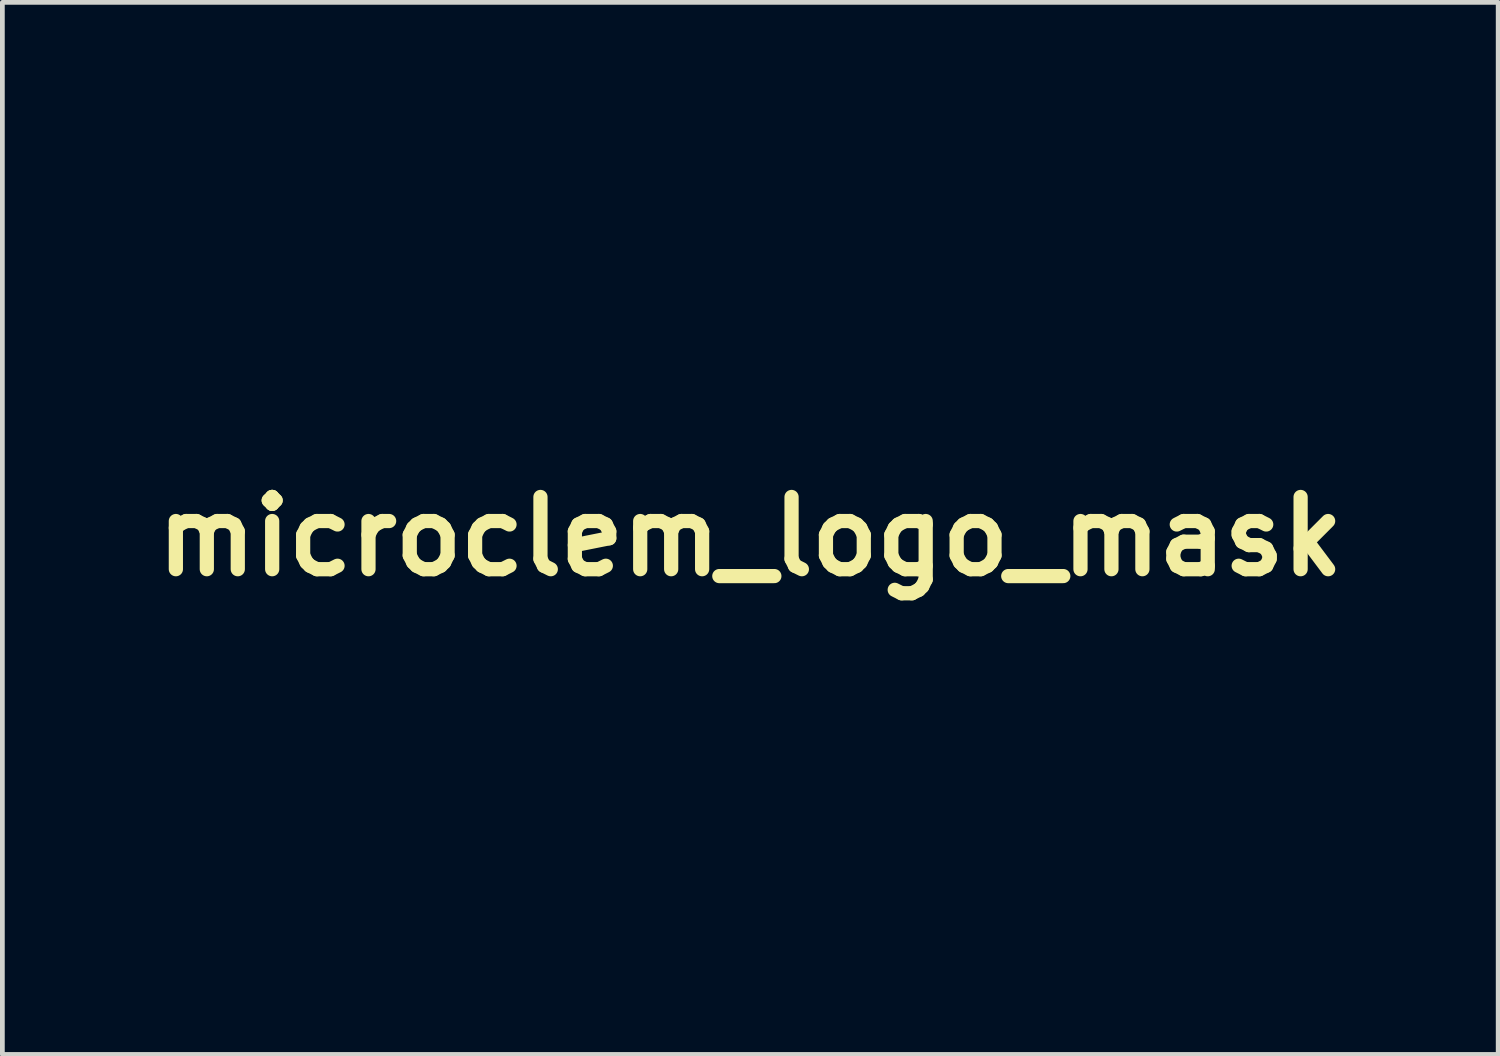
<source format=kicad_pcb>
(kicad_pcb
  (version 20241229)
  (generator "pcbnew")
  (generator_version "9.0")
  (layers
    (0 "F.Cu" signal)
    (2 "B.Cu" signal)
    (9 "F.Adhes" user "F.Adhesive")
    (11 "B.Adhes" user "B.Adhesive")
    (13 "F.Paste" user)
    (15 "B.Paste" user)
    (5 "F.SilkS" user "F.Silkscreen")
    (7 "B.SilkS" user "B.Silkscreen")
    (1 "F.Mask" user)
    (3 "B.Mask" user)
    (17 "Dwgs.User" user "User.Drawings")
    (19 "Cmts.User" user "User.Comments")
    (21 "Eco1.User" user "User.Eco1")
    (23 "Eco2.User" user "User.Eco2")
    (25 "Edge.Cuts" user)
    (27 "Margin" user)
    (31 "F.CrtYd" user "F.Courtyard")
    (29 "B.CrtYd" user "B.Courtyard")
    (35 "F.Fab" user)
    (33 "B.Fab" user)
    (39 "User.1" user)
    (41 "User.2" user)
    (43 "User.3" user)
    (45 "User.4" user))
  (footprint "microclem_logo_mask"
    (layer "F.Cu")
    (at 12.78 8.27)
    (property "Reference" "microclem_logo_mask" (at 0 0 0) (layer "F.SilkS") (effects (font (size 1.524 1.524) (thickness 0.3))))
    (attr through_hole)
    (fp_poly (pts (xy -4.394 7.671) (xy -3.95 7.671) (xy -3.95 7.899) (xy -5.156 7.899) (xy -5.156 7.671) (xy -4.674 7.671) (xy -4.674 6.617) (xy -5.105 6.617) (xy -5.105 6.388) (xy -4.394 6.388) (xy -4.394 7.671)) (stroke (width 0.01) (type solid)) (fill yes) (layer "F.Mask"))
    (fp_poly (pts (xy 3.175 7.671) (xy 3.619 7.671) (xy 3.619 7.899) (xy 2.413 7.899) (xy 2.413 7.671) (xy 2.896 7.671) (xy 2.896 6.007) (xy 2.464 6.007) (xy 2.464 5.779) (xy 3.175 5.779) (xy 3.175 7.671)) (stroke (width 0.01) (type solid)) (fill yes) (layer "F.Mask"))
    (fp_poly (pts (xy -4.5 5.776) (xy -4.446 5.804) (xy -4.404 5.847) (xy -4.377 5.898) (xy -4.365 5.955) (xy -4.368 6.014) (xy -4.386 6.069) (xy -4.421 6.118) (xy -4.473 6.155) (xy -4.515 6.171) (xy -4.55 6.18) (xy -4.575 6.183) (xy -4.603 6.179) (xy -4.635 6.172) (xy -4.688 6.147) (xy -4.732 6.104) (xy -4.764 6.049) (xy -4.78 5.987) (xy -4.777 5.926) (xy -4.776 5.92) (xy -4.747 5.852) (xy -4.702 5.803) (xy -4.641 5.775) (xy -4.568 5.766) (xy -4.5 5.776)) (stroke (width 0.01) (type solid)) (fill yes) (layer "F.Mask"))
    (fp_poly (pts (xy -1.306 6.372) (xy -1.209 6.402) (xy -1.128 6.451) (xy -1.062 6.52) (xy -1.012 6.608) (xy -0.978 6.717) (xy -0.958 6.847) (xy -0.957 6.858) (xy -0.949 6.972) (xy -1.232 6.972) (xy -1.232 6.905) (xy -1.241 6.812) (xy -1.266 6.733) (xy -1.305 6.671) (xy -1.357 6.626) (xy -1.42 6.602) (xy -1.492 6.6) (xy -1.518 6.604) (xy -1.58 6.623) (xy -1.639 6.654) (xy -1.7 6.698) (xy -1.767 6.759) (xy -1.842 6.839) (xy -1.845 6.843) (xy -1.918 6.925) (xy -1.918 7.899) (xy -2.197 7.899) (xy -2.197 6.388) (xy -1.943 6.388) (xy -1.943 6.646) (xy -1.857 6.564) (xy -1.764 6.483) (xy -1.675 6.424) (xy -1.585 6.386) (xy -1.49 6.366) (xy -1.419 6.363) (xy -1.306 6.372)) (stroke (width 0.01) (type solid)) (fill yes) (layer "F.Mask"))
    (fp_poly (pts (xy 1.828 -7.126) (xy 1.864 -7.11) (xy 1.892 -7.101) (xy 1.9 -7.099) (xy 1.922 -7.089) (xy 1.933 -7.063) (xy 1.929 -7.033) (xy 1.928 -7.03) (xy 1.915 -7.018) (xy 1.882 -6.997) (xy 1.835 -6.967) (xy 1.776 -6.932) (xy 1.71 -6.894) (xy 1.64 -6.854) (xy 1.57 -6.815) (xy 1.503 -6.779) (xy 1.443 -6.748) (xy 1.394 -6.723) (xy 1.36 -6.708) (xy 1.359 -6.708) (xy 1.338 -6.699) (xy 1.299 -6.68) (xy 1.244 -6.654) (xy 1.179 -6.622) (xy 1.106 -6.587) (xy 1.086 -6.576) (xy 0.913 -6.492) (xy 0.756 -6.419) (xy 0.616 -6.357) (xy 0.508 -6.312) (xy 0.468 -6.296) (xy 0.436 -6.283) (xy 0.422 -6.278) (xy 0.408 -6.275) (xy 0.406 -6.277) (xy 0.415 -6.286) (xy 0.443 -6.306) (xy 0.49 -6.339) (xy 0.557 -6.383) (xy 0.645 -6.44) (xy 0.672 -6.458) (xy 0.704 -6.479) (xy 0.737 -6.501) (xy 0.774 -6.526) (xy 0.817 -6.556) (xy 0.869 -6.592) (xy 0.933 -6.637) (xy 1.011 -6.693) (xy 1.106 -6.76) (xy 1.156 -6.795) (xy 1.234 -6.849) (xy 1.317 -6.902) (xy 1.409 -6.957) (xy 1.514 -7.016) (xy 1.632 -7.079) (xy 1.772 -7.153) (xy 1.828 -7.126)) (stroke (width 0.01) (type solid)) (fill yes) (layer "F.Mask"))
    (fp_poly (pts (xy 4.86 0.63) (xy 4.864 0.635) (xy 4.878 0.665) (xy 4.894 0.716) (xy 4.912 0.783) (xy 4.93 0.86) (xy 4.947 0.944) (xy 4.963 1.03) (xy 4.975 1.113) (xy 4.979 1.139) (xy 4.985 1.211) (xy 4.99 1.297) (xy 4.992 1.388) (xy 4.992 1.481) (xy 4.99 1.567) (xy 4.985 1.642) (xy 4.979 1.698) (xy 4.978 1.702) (xy 4.934 1.888) (xy 4.877 2.066) (xy 4.806 2.231) (xy 4.725 2.379) (xy 4.638 2.502) (xy 4.543 2.615) (xy 4.454 2.709) (xy 4.367 2.789) (xy 4.276 2.858) (xy 4.177 2.922) (xy 4.127 2.95) (xy 4.072 2.977) (xy 4.02 2.997) (xy 3.975 3.007) (xy 3.943 3.007) (xy 3.934 3.003) (xy 3.926 2.98) (xy 3.925 2.941) (xy 3.93 2.893) (xy 3.941 2.844) (xy 3.942 2.84) (xy 3.956 2.807) (xy 3.981 2.759) (xy 4.014 2.703) (xy 4.051 2.644) (xy 4.055 2.638) (xy 4.199 2.41) (xy 4.322 2.182) (xy 4.429 1.948) (xy 4.523 1.699) (xy 4.523 1.698) (xy 4.567 1.568) (xy 4.603 1.456) (xy 4.633 1.356) (xy 4.657 1.264) (xy 4.678 1.173) (xy 4.695 1.078) (xy 4.712 0.973) (xy 4.728 0.853) (xy 4.732 0.822) (xy 4.741 0.753) (xy 4.748 0.706) (xy 4.754 0.677) (xy 4.76 0.663) (xy 4.767 0.661) (xy 4.775 0.667) (xy 4.775 0.667) (xy 4.804 0.68) (xy 4.829 0.67) (xy 4.844 0.644) (xy 4.851 0.625) (xy 4.86 0.63)) (stroke (width 0.01) (type solid)) (fill yes) (layer "F.Mask"))
    (fp_poly (pts (xy -3.976 -2.812) (xy -3.981 -2.753) (xy -3.997 -2.694) (xy -4.026 -2.628) (xy -4.07 -2.551) (xy -4.11 -2.489) (xy -4.177 -2.384) (xy -4.25 -2.26) (xy -4.326 -2.123) (xy -4.402 -1.978) (xy -4.423 -1.936) (xy -4.446 -1.886) (xy -4.474 -1.817) (xy -4.506 -1.732) (xy -4.541 -1.637) (xy -4.577 -1.535) (xy -4.612 -1.432) (xy -4.644 -1.331) (xy -4.673 -1.238) (xy -4.697 -1.157) (xy -4.704 -1.13) (xy -4.72 -1.064) (xy -4.736 -0.985) (xy -4.75 -0.905) (xy -4.756 -0.864) (xy -4.765 -0.793) (xy -4.776 -0.719) (xy -4.785 -0.653) (xy -4.79 -0.619) (xy -4.8 -0.562) (xy -4.811 -0.529) (xy -4.822 -0.521) (xy -4.834 -0.539) (xy -4.834 -0.54) (xy -4.848 -0.557) (xy -4.864 -0.551) (xy -4.877 -0.527) (xy -4.891 -0.501) (xy -4.906 -0.499) (xy -4.922 -0.522) (xy -4.931 -0.543) (xy -4.945 -0.584) (xy -4.96 -0.645) (xy -4.977 -0.719) (xy -4.993 -0.8) (xy -5.008 -0.882) (xy -5.02 -0.96) (xy -5.029 -1.028) (xy -5.029 -1.029) (xy -5.039 -1.161) (xy -5.042 -1.293) (xy -5.038 -1.419) (xy -5.027 -1.532) (xy -5.017 -1.594) (xy -4.98 -1.747) (xy -4.933 -1.898) (xy -4.876 -2.041) (xy -4.813 -2.171) (xy -4.746 -2.283) (xy -4.722 -2.318) (xy -4.642 -2.416) (xy -4.556 -2.511) (xy -4.464 -2.599) (xy -4.372 -2.679) (xy -4.281 -2.748) (xy -4.194 -2.803) (xy -4.115 -2.843) (xy -4.047 -2.865) (xy -4.032 -2.867) (xy -3.975 -2.874) (xy -3.976 -2.812)) (stroke (width 0.01) (type solid)) (fill yes) (layer "F.Mask"))
    (fp_poly (pts (xy -2.869 4.019) (xy -2.828 4.027) (xy -2.788 4.038) (xy -2.745 4.056) (xy -2.694 4.084) (xy -2.63 4.124) (xy -2.604 4.141) (xy -2.399 4.271) (xy -2.199 4.383) (xy -1.997 4.48) (xy -1.786 4.567) (xy -1.617 4.627) (xy -1.478 4.673) (xy -1.358 4.71) (xy -1.249 4.74) (xy -1.147 4.765) (xy -1.046 4.785) (xy -0.94 4.802) (xy -0.857 4.813) (xy -0.787 4.823) (xy -0.723 4.832) (xy -0.673 4.839) (xy -0.639 4.845) (xy -0.63 4.847) (xy -0.615 4.854) (xy -0.618 4.863) (xy -0.636 4.878) (xy -0.654 4.894) (xy -0.655 4.902) (xy -0.654 4.902) (xy -0.636 4.91) (xy -0.61 4.927) (xy -0.61 4.927) (xy -0.578 4.952) (xy -0.622 4.97) (xy -0.672 4.987) (xy -0.741 5.005) (xy -0.824 5.023) (xy -0.916 5.041) (xy -1.011 5.056) (xy -1.103 5.069) (xy -1.187 5.078) (xy -1.212 5.08) (xy -1.308 5.086) (xy -1.386 5.09) (xy -1.45 5.09) (xy -1.506 5.088) (xy -1.56 5.084) (xy -1.594 5.079) (xy -1.731 5.055) (xy -1.875 5.017) (xy -2.018 4.969) (xy -2.155 4.913) (xy -2.28 4.85) (xy -2.388 4.783) (xy -2.422 4.759) (xy -2.481 4.711) (xy -2.546 4.653) (xy -2.613 4.591) (xy -2.678 4.528) (xy -2.734 4.469) (xy -2.777 4.42) (xy -2.786 4.408) (xy -2.844 4.327) (xy -2.891 4.249) (xy -2.927 4.177) (xy -2.95 4.117) (xy -2.957 4.07) (xy -2.957 4.066) (xy -2.951 4.037) (xy -2.938 4.02) (xy -2.912 4.014) (xy -2.869 4.019)) (stroke (width 0.01) (type solid)) (fill yes) (layer "F.Mask"))
    (fp_poly (pts (xy 1.439 -4.948) (xy 1.582 -4.936) (xy 1.664 -4.921) (xy 1.773 -4.894) (xy 1.889 -4.858) (xy 2.006 -4.816) (xy 2.117 -4.771) (xy 2.216 -4.724) (xy 2.293 -4.68) (xy 2.343 -4.645) (xy 2.405 -4.595) (xy 2.474 -4.537) (xy 2.545 -4.473) (xy 2.612 -4.41) (xy 2.667 -4.355) (xy 2.712 -4.302) (xy 2.759 -4.239) (xy 2.805 -4.169) (xy 2.847 -4.1) (xy 2.88 -4.035) (xy 2.903 -3.982) (xy 2.909 -3.957) (xy 2.914 -3.917) (xy 2.907 -3.89) (xy 2.886 -3.878) (xy 2.848 -3.877) (xy 2.79 -3.888) (xy 2.766 -3.893) (xy 2.721 -3.909) (xy 2.666 -3.935) (xy 2.598 -3.976) (xy 2.544 -4.011) (xy 2.46 -4.065) (xy 2.361 -4.125) (xy 2.254 -4.187) (xy 2.145 -4.247) (xy 2.042 -4.301) (xy 1.952 -4.345) (xy 1.937 -4.353) (xy 1.883 -4.375) (xy 1.81 -4.404) (xy 1.722 -4.436) (xy 1.625 -4.47) (xy 1.525 -4.504) (xy 1.425 -4.537) (xy 1.331 -4.567) (xy 1.248 -4.592) (xy 1.181 -4.61) (xy 1.103 -4.628) (xy 1.014 -4.645) (xy 0.926 -4.66) (xy 0.883 -4.667) (xy 0.813 -4.676) (xy 0.742 -4.686) (xy 0.68 -4.695) (xy 0.644 -4.7) (xy 0.599 -4.708) (xy 0.575 -4.714) (xy 0.568 -4.722) (xy 0.574 -4.732) (xy 0.578 -4.737) (xy 0.591 -4.756) (xy 0.586 -4.771) (xy 0.578 -4.78) (xy 0.557 -4.796) (xy 0.545 -4.801) (xy 0.534 -4.809) (xy 0.533 -4.811) (xy 0.545 -4.82) (xy 0.574 -4.833) (xy 0.617 -4.847) (xy 0.625 -4.849) (xy 0.783 -4.889) (xy 0.949 -4.92) (xy 1.117 -4.94) (xy 1.282 -4.949) (xy 1.439 -4.948)) (stroke (width 0.01) (type solid)) (fill yes) (layer "F.Mask"))
    (fp_poly (pts (xy -1.195 -4.957) (xy -1.145 -4.954) (xy -1.101 -4.949) (xy -1.059 -4.941) (xy -1.01 -4.929) (xy -0.991 -4.923) (xy -0.93 -4.906) (xy -0.874 -4.887) (xy -0.829 -4.87) (xy -0.81 -4.861) (xy -0.771 -4.835) (xy -0.754 -4.81) (xy -0.759 -4.784) (xy -0.786 -4.753) (xy -0.834 -4.718) (xy -0.867 -4.698) (xy -0.901 -4.682) (xy -0.942 -4.668) (xy -0.995 -4.654) (xy -1.067 -4.638) (xy -1.084 -4.634) (xy -1.32 -4.58) (xy -1.537 -4.518) (xy -1.745 -4.446) (xy -1.95 -4.361) (xy -2.099 -4.29) (xy -2.218 -4.231) (xy -2.319 -4.179) (xy -2.404 -4.133) (xy -2.48 -4.09) (xy -2.55 -4.047) (xy -2.619 -4.001) (xy -2.692 -3.95) (xy -2.771 -3.892) (xy -2.787 -3.879) (xy -2.848 -3.834) (xy -2.903 -3.795) (xy -2.946 -3.763) (xy -2.977 -3.742) (xy -2.991 -3.734) (xy -2.991 -3.734) (xy -2.996 -3.744) (xy -2.994 -3.764) (xy -2.993 -3.783) (xy -3.002 -3.789) (xy -3.028 -3.785) (xy -3.034 -3.783) (xy -3.064 -3.778) (xy -3.081 -3.776) (xy -3.082 -3.776) (xy -3.08 -3.791) (xy -3.066 -3.823) (xy -3.042 -3.868) (xy -3.01 -3.923) (xy -2.973 -3.984) (xy -2.932 -4.047) (xy -2.922 -4.061) (xy -2.867 -4.139) (xy -2.802 -4.223) (xy -2.731 -4.308) (xy -2.66 -4.389) (xy -2.592 -4.461) (xy -2.532 -4.52) (xy -2.507 -4.542) (xy -2.392 -4.629) (xy -2.262 -4.71) (xy -2.122 -4.784) (xy -1.979 -4.848) (xy -1.839 -4.899) (xy -1.706 -4.933) (xy -1.656 -4.942) (xy -1.608 -4.948) (xy -1.542 -4.952) (xy -1.464 -4.956) (xy -1.383 -4.958) (xy -1.34 -4.958) (xy -1.258 -4.958) (xy -1.195 -4.957)) (stroke (width 0.01) (type solid)) (fill yes) (layer "F.Mask"))
    (fp_poly (pts (xy -1.071 1.394) (xy -1.078 1.427) (xy -1.086 1.448) (xy -1.089 1.458) (xy -1.081 1.455) (xy -1.07 1.458) (xy -1.064 1.479) (xy -1.065 1.499) (xy -1.076 1.536) (xy -1.098 1.588) (xy -1.129 1.648) (xy -1.166 1.711) (xy -1.19 1.748) (xy -1.229 1.807) (xy -1.275 1.876) (xy -1.323 1.947) (xy -1.355 1.996) (xy -1.48 2.177) (xy -1.599 2.34) (xy -1.717 2.488) (xy -1.838 2.627) (xy -1.965 2.761) (xy -2.103 2.894) (xy -2.168 2.953) (xy -2.248 3.02) (xy -2.343 3.09) (xy -2.443 3.158) (xy -2.543 3.218) (xy -2.635 3.266) (xy -2.658 3.277) (xy -2.721 3.297) (xy -2.79 3.309) (xy -2.853 3.309) (xy -2.87 3.306) (xy -2.903 3.293) (xy -2.921 3.279) (xy -2.946 3.241) (xy -2.966 3.187) (xy -2.98 3.128) (xy -2.985 3.081) (xy -2.985 3.019) (xy -2.835 2.867) (xy -2.771 2.803) (xy -2.695 2.731) (xy -2.615 2.658) (xy -2.538 2.591) (xy -2.508 2.566) (xy -2.44 2.509) (xy -2.367 2.447) (xy -2.297 2.387) (xy -2.236 2.335) (xy -2.209 2.311) (xy -2.166 2.273) (xy -2.108 2.223) (xy -2.038 2.164) (xy -1.96 2.099) (xy -1.88 2.031) (xy -1.803 1.967) (xy -1.721 1.899) (xy -1.639 1.83) (xy -1.559 1.763) (xy -1.487 1.701) (xy -1.426 1.649) (xy -1.384 1.612) (xy -1.298 1.535) (xy -1.248 1.492) (xy -1.079 1.492) (xy -1.073 1.499) (xy -1.067 1.492) (xy -1.073 1.486) (xy -1.079 1.492) (xy -1.248 1.492) (xy -1.228 1.475) (xy -1.171 1.429) (xy -1.126 1.395) (xy -1.102 1.378) (xy -1.067 1.356) (xy -1.071 1.394)) (stroke (width 0.01) (type solid)) (fill yes) (layer "F.Mask"))
    (fp_poly (pts (xy 3.889 -2.964) (xy 3.99 -2.907) (xy 4.099 -2.835) (xy 4.212 -2.753) (xy 4.323 -2.663) (xy 4.429 -2.57) (xy 4.526 -2.477) (xy 4.609 -2.387) (xy 4.674 -2.304) (xy 4.682 -2.292) (xy 4.736 -2.206) (xy 4.79 -2.108) (xy 4.842 -2.004) (xy 4.889 -1.901) (xy 4.928 -1.803) (xy 4.957 -1.717) (xy 4.966 -1.681) (xy 4.985 -1.577) (xy 4.997 -1.459) (xy 5.004 -1.322) (xy 5.005 -1.238) (xy 5.005 -1.16) (xy 5.003 -1.099) (xy 4.999 -1.048) (xy 4.991 -1) (xy 4.98 -0.946) (xy 4.968 -0.899) (xy 4.941 -0.806) (xy 4.913 -0.735) (xy 4.886 -0.686) (xy 4.858 -0.66) (xy 4.832 -0.658) (xy 4.823 -0.664) (xy 4.806 -0.682) (xy 4.781 -0.715) (xy 4.759 -0.745) (xy 4.734 -0.788) (xy 4.715 -0.834) (xy 4.701 -0.892) (xy 4.693 -0.93) (xy 4.671 -1.04) (xy 4.641 -1.165) (xy 4.605 -1.3) (xy 4.567 -1.435) (xy 4.527 -1.563) (xy 4.488 -1.676) (xy 4.485 -1.685) (xy 4.464 -1.737) (xy 4.433 -1.806) (xy 4.394 -1.889) (xy 4.35 -1.98) (xy 4.303 -2.074) (xy 4.255 -2.168) (xy 4.208 -2.257) (xy 4.166 -2.335) (xy 4.13 -2.399) (xy 4.122 -2.411) (xy 4.084 -2.472) (xy 4.041 -2.536) (xy 4.001 -2.592) (xy 3.986 -2.613) (xy 3.95 -2.66) (xy 3.915 -2.706) (xy 3.887 -2.742) (xy 3.884 -2.746) (xy 3.853 -2.788) (xy 3.819 -2.833) (xy 3.81 -2.844) (xy 3.784 -2.88) (xy 3.774 -2.9) (xy 3.78 -2.907) (xy 3.802 -2.904) (xy 3.803 -2.903) (xy 3.822 -2.9) (xy 3.829 -2.908) (xy 3.829 -2.933) (xy 3.827 -2.947) (xy 3.821 -2.998) (xy 3.889 -2.964)) (stroke (width 0.01) (type solid)) (fill yes) (layer "F.Mask"))
    (fp_poly (pts (xy -4.862 0.81) (xy -4.834 0.844) (xy -4.802 0.895) (xy -4.782 0.932) (xy -4.765 0.973) (xy -4.75 1.025) (xy -4.734 1.092) (xy -4.722 1.146) (xy -4.699 1.252) (xy -4.67 1.369) (xy -4.638 1.489) (xy -4.603 1.607) (xy -4.568 1.717) (xy -4.535 1.813) (xy -4.512 1.873) (xy -4.49 1.923) (xy -4.458 1.99) (xy -4.42 2.069) (xy -4.377 2.156) (xy -4.332 2.246) (xy -4.287 2.333) (xy -4.245 2.413) (xy -4.209 2.481) (xy -4.18 2.532) (xy -4.179 2.533) (xy -4.15 2.58) (xy -4.109 2.64) (xy -4.061 2.709) (xy -4.009 2.781) (xy -3.969 2.835) (xy -3.923 2.895) (xy -3.884 2.949) (xy -3.852 2.993) (xy -3.831 3.024) (xy -3.823 3.037) (xy -3.823 3.038) (xy -3.833 3.044) (xy -3.851 3.045) (xy -3.868 3.044) (xy -3.875 3.052) (xy -3.874 3.073) (xy -3.869 3.104) (xy -3.874 3.117) (xy -3.898 3.115) (xy -3.94 3.097) (xy -3.969 3.082) (xy -4.078 3.018) (xy -4.194 2.939) (xy -4.311 2.85) (xy -4.424 2.756) (xy -4.528 2.661) (xy -4.618 2.569) (xy -4.665 2.513) (xy -4.737 2.413) (xy -4.808 2.297) (xy -4.875 2.17) (xy -4.934 2.04) (xy -4.983 1.913) (xy -5.018 1.795) (xy -5.025 1.765) (xy -5.034 1.716) (xy -5.04 1.661) (xy -5.044 1.596) (xy -5.047 1.516) (xy -5.048 1.416) (xy -5.048 1.403) (xy -5.047 1.314) (xy -5.046 1.245) (xy -5.044 1.192) (xy -5.04 1.148) (xy -5.034 1.109) (xy -5.026 1.07) (xy -5.014 1.026) (xy -4.989 0.943) (xy -4.963 0.876) (xy -4.936 0.826) (xy -4.912 0.798) (xy -4.905 0.794) (xy -4.885 0.794) (xy -4.862 0.81)) (stroke (width 0.01) (type solid)) (fill yes) (layer "F.Mask"))
    (fp_poly (pts (xy 1.303 1.107) (xy 1.332 1.118) (xy 1.343 1.125) (xy 1.363 1.136) (xy 1.366 1.132) (xy 1.364 1.126) (xy 1.369 1.114) (xy 1.394 1.112) (xy 1.44 1.122) (xy 1.469 1.131) (xy 1.505 1.147) (xy 1.56 1.177) (xy 1.632 1.221) (xy 1.72 1.277) (xy 1.822 1.345) (xy 1.937 1.423) (xy 2.064 1.511) (xy 2.2 1.608) (xy 2.235 1.633) (xy 2.309 1.69) (xy 2.396 1.762) (xy 2.49 1.845) (xy 2.588 1.936) (xy 2.685 2.03) (xy 2.778 2.124) (xy 2.861 2.212) (xy 2.891 2.246) (xy 2.942 2.309) (xy 2.997 2.385) (xy 3.051 2.468) (xy 3.103 2.553) (xy 3.147 2.633) (xy 3.182 2.705) (xy 3.201 2.755) (xy 3.219 2.836) (xy 3.218 2.902) (xy 3.196 2.952) (xy 3.154 2.989) (xy 3.09 3.014) (xy 3.057 3.021) (xy 3.009 3.029) (xy 2.978 3.033) (xy 2.958 3.033) (xy 2.941 3.029) (xy 2.934 3.027) (xy 2.914 3.014) (xy 2.881 2.985) (xy 2.837 2.943) (xy 2.785 2.892) (xy 2.727 2.834) (xy 2.668 2.773) (xy 2.61 2.711) (xy 2.557 2.651) (xy 2.51 2.597) (xy 2.504 2.591) (xy 2.452 2.528) (xy 2.389 2.454) (xy 2.322 2.376) (xy 2.259 2.302) (xy 2.234 2.273) (xy 2.183 2.215) (xy 2.121 2.141) (xy 2.051 2.058) (xy 1.978 1.971) (xy 1.906 1.885) (xy 1.859 1.829) (xy 1.792 1.748) (xy 1.722 1.664) (xy 1.653 1.583) (xy 1.589 1.509) (xy 1.535 1.446) (xy 1.503 1.409) (xy 1.438 1.336) (xy 1.381 1.268) (xy 1.334 1.21) (xy 1.299 1.164) (xy 1.277 1.131) (xy 1.27 1.115) (xy 1.28 1.106) (xy 1.303 1.107)) (stroke (width 0.01) (type solid)) (fill yes) (layer "F.Mask"))
    (fp_poly (pts (xy -3.89 0.067) (xy -3.795 0.069) (xy -3.701 0.071) (xy -3.607 0.075) (xy -3.508 0.081) (xy -3.401 0.088) (xy -3.284 0.096) (xy -3.153 0.107) (xy -3.005 0.12) (xy -2.837 0.135) (xy -2.711 0.147) (xy -2.599 0.157) (xy -2.475 0.167) (xy -2.347 0.178) (xy -2.224 0.187) (xy -2.114 0.195) (xy -2.084 0.197) (xy -1.965 0.205) (xy -1.869 0.213) (xy -1.795 0.221) (xy -1.74 0.228) (xy -1.704 0.236) (xy -1.683 0.244) (xy -1.68 0.247) (xy -1.681 0.259) (xy -1.699 0.274) (xy -1.724 0.287) (xy -1.746 0.293) (xy -1.772 0.294) (xy -1.746 0.305) (xy -1.73 0.313) (xy -1.736 0.316) (xy -1.743 0.317) (xy -1.762 0.322) (xy -1.765 0.328) (xy -1.777 0.342) (xy -1.808 0.359) (xy -1.853 0.379) (xy -1.907 0.398) (xy -1.966 0.415) (xy -2.013 0.425) (xy -2.073 0.437) (xy -2.133 0.45) (xy -2.181 0.461) (xy -2.191 0.464) (xy -2.228 0.473) (xy -2.285 0.484) (xy -2.358 0.498) (xy -2.443 0.513) (xy -2.535 0.528) (xy -2.629 0.543) (xy -2.721 0.558) (xy -2.806 0.57) (xy -2.863 0.578) (xy -2.922 0.584) (xy -3.001 0.589) (xy -3.096 0.592) (xy -3.199 0.594) (xy -3.308 0.595) (xy -3.416 0.595) (xy -3.517 0.594) (xy -3.608 0.591) (xy -3.683 0.587) (xy -3.727 0.583) (xy -3.795 0.571) (xy -3.875 0.554) (xy -3.96 0.532) (xy -4.044 0.507) (xy -4.122 0.482) (xy -4.185 0.458) (xy -4.217 0.443) (xy -4.276 0.404) (xy -4.318 0.359) (xy -4.341 0.312) (xy -4.343 0.291) (xy -4.335 0.252) (xy -4.314 0.203) (xy -4.283 0.152) (xy -4.25 0.11) (xy -4.205 0.062) (xy -3.89 0.067)) (stroke (width 0.01) (type solid)) (fill yes) (layer "F.Mask"))
    (fp_poly (pts (xy -2.884 6.371) (xy -2.778 6.38) (xy -2.68 6.396) (xy -2.596 6.418) (xy -2.575 6.425) (xy -2.54 6.438) (xy -2.54 6.567) (xy -2.54 6.625) (xy -2.542 6.662) (xy -2.546 6.682) (xy -2.552 6.69) (xy -2.562 6.689) (xy -2.585 6.681) (xy -2.623 6.667) (xy -2.669 6.649) (xy -2.673 6.648) (xy -2.748 6.625) (xy -2.834 6.611) (xy -2.923 6.604) (xy -3.008 6.606) (xy -3.079 6.617) (xy -3.096 6.622) (xy -3.192 6.667) (xy -3.274 6.731) (xy -3.341 6.812) (xy -3.391 6.907) (xy -3.424 7.014) (xy -3.437 7.13) (xy -3.43 7.248) (xy -3.406 7.361) (xy -3.37 7.454) (xy -3.319 7.528) (xy -3.253 7.587) (xy -3.197 7.62) (xy -3.088 7.66) (xy -2.972 7.677) (xy -2.848 7.672) (xy -2.714 7.643) (xy -2.57 7.592) (xy -2.562 7.589) (xy -2.552 7.586) (xy -2.546 7.593) (xy -2.542 7.612) (xy -2.54 7.648) (xy -2.54 7.705) (xy -2.54 7.708) (xy -2.54 7.766) (xy -2.542 7.804) (xy -2.546 7.826) (xy -2.553 7.839) (xy -2.566 7.846) (xy -2.575 7.85) (xy -2.65 7.872) (xy -2.743 7.889) (xy -2.847 7.902) (xy -2.953 7.908) (xy -3.055 7.909) (xy -3.146 7.902) (xy -3.199 7.893) (xy -3.326 7.853) (xy -3.437 7.792) (xy -3.531 7.713) (xy -3.608 7.616) (xy -3.666 7.502) (xy -3.697 7.404) (xy -3.707 7.347) (xy -3.713 7.274) (xy -3.715 7.191) (xy -3.714 7.105) (xy -3.709 7.023) (xy -3.702 6.953) (xy -3.691 6.902) (xy -3.639 6.771) (xy -3.569 6.655) (xy -3.481 6.556) (xy -3.377 6.477) (xy -3.258 6.417) (xy -3.162 6.386) (xy -3.083 6.374) (xy -2.988 6.369) (xy -2.884 6.371)) (stroke (width 0.01) (type solid)) (fill yes) (layer "F.Mask"))
    (fp_poly (pts (xy 1.752 6.371) (xy 1.857 6.38) (xy 1.956 6.396) (xy 2.04 6.418) (xy 2.061 6.425) (xy 2.095 6.438) (xy 2.095 6.567) (xy 2.095 6.625) (xy 2.093 6.662) (xy 2.09 6.682) (xy 2.083 6.69) (xy 2.073 6.689) (xy 2.051 6.681) (xy 2.013 6.667) (xy 1.967 6.649) (xy 1.962 6.648) (xy 1.887 6.625) (xy 1.801 6.611) (xy 1.712 6.604) (xy 1.628 6.606) (xy 1.557 6.617) (xy 1.54 6.622) (xy 1.444 6.667) (xy 1.362 6.731) (xy 1.295 6.812) (xy 1.244 6.907) (xy 1.212 7.014) (xy 1.199 7.13) (xy 1.206 7.248) (xy 1.229 7.361) (xy 1.266 7.454) (xy 1.317 7.528) (xy 1.383 7.587) (xy 1.439 7.62) (xy 1.547 7.66) (xy 1.663 7.677) (xy 1.788 7.672) (xy 1.922 7.643) (xy 2.066 7.592) (xy 2.073 7.589) (xy 2.083 7.586) (xy 2.09 7.593) (xy 2.093 7.612) (xy 2.095 7.648) (xy 2.095 7.705) (xy 2.095 7.708) (xy 2.095 7.766) (xy 2.094 7.804) (xy 2.09 7.826) (xy 2.082 7.839) (xy 2.069 7.846) (xy 2.061 7.85) (xy 1.985 7.872) (xy 1.892 7.889) (xy 1.789 7.902) (xy 1.682 7.908) (xy 1.58 7.909) (xy 1.49 7.902) (xy 1.437 7.893) (xy 1.31 7.853) (xy 1.199 7.792) (xy 1.104 7.713) (xy 1.027 7.616) (xy 0.969 7.502) (xy 0.938 7.404) (xy 0.929 7.347) (xy 0.923 7.274) (xy 0.92 7.191) (xy 0.922 7.105) (xy 0.926 7.023) (xy 0.934 6.953) (xy 0.944 6.902) (xy 0.996 6.771) (xy 1.067 6.655) (xy 1.155 6.556) (xy 1.259 6.477) (xy 1.377 6.417) (xy 1.473 6.386) (xy 1.552 6.374) (xy 1.648 6.369) (xy 1.752 6.371)) (stroke (width 0.01) (type solid)) (fill yes) (layer "F.Mask"))
    (fp_poly (pts (xy -2.997 -2.888) (xy -2.972 -2.874) (xy -2.933 -2.843) (xy -2.884 -2.799) (xy -2.825 -2.744) (xy -2.762 -2.68) (xy -2.696 -2.612) (xy -2.63 -2.541) (xy -2.566 -2.47) (xy -2.523 -2.419) (xy -2.465 -2.351) (xy -2.4 -2.274) (xy -2.335 -2.198) (xy -2.278 -2.132) (xy -2.273 -2.127) (xy -2.231 -2.078) (xy -2.175 -2.013) (xy -2.112 -1.938) (xy -2.044 -1.857) (xy -1.976 -1.775) (xy -1.931 -1.721) (xy -1.865 -1.64) (xy -1.795 -1.557) (xy -1.727 -1.477) (xy -1.664 -1.403) (xy -1.61 -1.341) (xy -1.582 -1.308) (xy -1.506 -1.221) (xy -1.441 -1.146) (xy -1.389 -1.083) (xy -1.351 -1.033) (xy -1.328 -1) (xy -1.321 -0.984) (xy -1.331 -0.973) (xy -1.353 -0.968) (xy -1.373 -0.973) (xy -1.377 -0.977) (xy -1.393 -0.983) (xy -1.418 -0.984) (xy -1.372 -0.984) (xy -1.365 -0.978) (xy -1.359 -0.984) (xy -1.365 -0.991) (xy -1.372 -0.984) (xy -1.418 -0.984) (xy -1.423 -0.985) (xy -1.431 -0.984) (xy -1.478 -0.987) (xy -1.524 -0.998) (xy -1.525 -0.998) (xy -1.563 -1.015) (xy -1.618 -1.046) (xy -1.689 -1.089) (xy -1.775 -1.144) (xy -1.872 -1.208) (xy -1.978 -1.281) (xy -2.093 -1.361) (xy -2.213 -1.446) (xy -2.336 -1.535) (xy -2.388 -1.573) (xy -2.423 -1.602) (xy -2.472 -1.645) (xy -2.532 -1.7) (xy -2.598 -1.763) (xy -2.669 -1.831) (xy -2.728 -1.89) (xy -2.814 -1.978) (xy -2.885 -2.052) (xy -2.942 -2.115) (xy -2.988 -2.17) (xy -3.027 -2.22) (xy -3.055 -2.262) (xy -3.133 -2.385) (xy -3.193 -2.491) (xy -3.235 -2.582) (xy -3.261 -2.66) (xy -3.269 -2.724) (xy -3.262 -2.777) (xy -3.238 -2.821) (xy -3.22 -2.839) (xy -3.182 -2.861) (xy -3.13 -2.878) (xy -3.073 -2.889) (xy -3.022 -2.892) (xy -2.997 -2.888)) (stroke (width 0.01) (type solid)) (fill yes) (layer "F.Mask"))
    (fp_poly (pts (xy 2.814 -3.168) (xy 2.844 -3.164) (xy 2.863 -3.156) (xy 2.877 -3.14) (xy 2.879 -3.137) (xy 2.916 -3.064) (xy 2.932 -2.976) (xy 2.934 -2.946) (xy 2.934 -2.876) (xy 2.746 -2.691) (xy 2.681 -2.627) (xy 2.613 -2.562) (xy 2.547 -2.502) (xy 2.488 -2.449) (xy 2.445 -2.412) (xy 2.392 -2.368) (xy 2.328 -2.314) (xy 2.259 -2.255) (xy 2.193 -2.198) (xy 2.177 -2.185) (xy 2.121 -2.136) (xy 2.05 -2.076) (xy 1.971 -2.009) (xy 1.888 -1.94) (xy 1.808 -1.874) (xy 1.784 -1.854) (xy 1.706 -1.79) (xy 1.624 -1.721) (xy 1.543 -1.653) (xy 1.47 -1.59) (xy 1.409 -1.538) (xy 1.393 -1.524) (xy 1.292 -1.436) (xy 1.209 -1.365) (xy 1.142 -1.31) (xy 1.089 -1.269) (xy 1.051 -1.243) (xy 1.025 -1.231) (xy 1.011 -1.231) (xy 1.008 -1.243) (xy 1.008 -1.248) (xy 1.016 -1.27) (xy 1.027 -1.294) (xy 1.035 -1.313) (xy 1.031 -1.316) (xy 1.02 -1.319) (xy 1.012 -1.337) (xy 1.011 -1.358) (xy 1.016 -1.367) (xy 1.026 -1.385) (xy 1.038 -1.417) (xy 1.041 -1.429) (xy 1.056 -1.462) (xy 1.08 -1.509) (xy 1.11 -1.56) (xy 1.124 -1.581) (xy 1.162 -1.64) (xy 1.203 -1.704) (xy 1.24 -1.761) (xy 1.247 -1.772) (xy 1.281 -1.823) (xy 1.323 -1.884) (xy 1.366 -1.945) (xy 1.383 -1.968) (xy 1.423 -2.024) (xy 1.465 -2.082) (xy 1.501 -2.134) (xy 1.514 -2.153) (xy 1.61 -2.281) (xy 1.727 -2.419) (xy 1.863 -2.565) (xy 1.984 -2.685) (xy 2.092 -2.787) (xy 2.19 -2.872) (xy 2.283 -2.944) (xy 2.375 -3.007) (xy 2.473 -3.065) (xy 2.552 -3.107) (xy 2.609 -3.135) (xy 2.65 -3.153) (xy 2.684 -3.163) (xy 2.719 -3.168) (xy 2.762 -3.169) (xy 2.765 -3.169) (xy 2.814 -3.168)) (stroke (width 0.01) (type solid)) (fill yes) (layer "F.Mask"))
    (fp_poly (pts (xy 3.374 -0.457) (xy 3.48 -0.455) (xy 3.574 -0.451) (xy 3.654 -0.445) (xy 3.713 -0.438) (xy 3.716 -0.438) (xy 3.862 -0.408) (xy 3.989 -0.375) (xy 4.095 -0.338) (xy 4.178 -0.298) (xy 4.238 -0.254) (xy 4.266 -0.223) (xy 4.288 -0.183) (xy 4.294 -0.144) (xy 4.283 -0.1) (xy 4.257 -0.045) (xy 4.25 -0.034) (xy 4.23 0.000085) (xy 4.211 0.026) (xy 4.191 0.045) (xy 4.166 0.059) (xy 4.132 0.068) (xy 4.085 0.073) (xy 4.023 0.075) (xy 3.942 0.076) (xy 3.868 0.076) (xy 3.786 0.076) (xy 3.713 0.075) (xy 3.652 0.074) (xy 3.608 0.073) (xy 3.584 0.072) (xy 3.58 0.071) (xy 3.567 0.068) (xy 3.531 0.065) (xy 3.478 0.06) (xy 3.411 0.054) (xy 3.334 0.048) (xy 3.302 0.045) (xy 3.216 0.039) (xy 3.112 0.03) (xy 2.994 0.02) (xy 2.871 0.01) (xy 2.748 -0.001) (xy 2.631 -0.011) (xy 2.623 -0.012) (xy 2.51 -0.022) (xy 2.394 -0.032) (xy 2.28 -0.042) (xy 2.173 -0.05) (xy 2.08 -0.058) (xy 2.005 -0.063) (xy 1.994 -0.064) (xy 1.883 -0.072) (xy 1.79 -0.08) (xy 1.716 -0.088) (xy 1.664 -0.096) (xy 1.634 -0.104) (xy 1.629 -0.107) (xy 1.63 -0.12) (xy 1.647 -0.136) (xy 1.67 -0.149) (xy 1.685 -0.153) (xy 1.698 -0.156) (xy 1.691 -0.161) (xy 1.684 -0.167) (xy 1.69 -0.177) (xy 1.711 -0.193) (xy 1.752 -0.218) (xy 1.772 -0.229) (xy 1.806 -0.244) (xy 1.863 -0.261) (xy 1.939 -0.281) (xy 2.031 -0.302) (xy 2.137 -0.325) (xy 2.254 -0.348) (xy 2.379 -0.371) (xy 2.509 -0.394) (xy 2.642 -0.416) (xy 2.773 -0.436) (xy 2.793 -0.438) (xy 2.86 -0.446) (xy 2.945 -0.451) (xy 3.044 -0.455) (xy 3.151 -0.457) (xy 3.263 -0.458) (xy 3.374 -0.457)) (stroke (width 0.01) (type solid)) (fill yes) (layer "F.Mask"))
    (fp_poly (pts (xy -5.623 6.369) (xy -5.564 6.391) (xy -5.514 6.431) (xy -5.503 6.443) (xy -5.485 6.464) (xy -5.469 6.485) (xy -5.457 6.507) (xy -5.446 6.532) (xy -5.438 6.564) (xy -5.431 6.604) (xy -5.426 6.654) (xy -5.422 6.716) (xy -5.419 6.794) (xy -5.417 6.888) (xy -5.415 7.002) (xy -5.414 7.137) (xy -5.413 7.261) (xy -5.409 7.899) (xy -5.664 7.899) (xy -5.664 7.293) (xy -5.664 7.152) (xy -5.665 7.034) (xy -5.665 6.937) (xy -5.666 6.859) (xy -5.667 6.796) (xy -5.669 6.748) (xy -5.671 6.712) (xy -5.674 6.685) (xy -5.678 6.666) (xy -5.682 6.652) (xy -5.686 6.642) (xy -5.715 6.605) (xy -5.749 6.593) (xy -5.79 6.605) (xy -5.812 6.621) (xy -5.833 6.645) (xy -5.862 6.685) (xy -5.894 6.736) (xy -5.922 6.785) (xy -5.994 6.917) (xy -5.994 7.899) (xy -6.247 7.899) (xy -6.251 7.28) (xy -6.252 7.137) (xy -6.253 7.018) (xy -6.254 6.92) (xy -6.255 6.841) (xy -6.257 6.778) (xy -6.259 6.729) (xy -6.261 6.693) (xy -6.264 6.667) (xy -6.268 6.648) (xy -6.272 6.635) (xy -6.277 6.626) (xy -6.277 6.626) (xy -6.306 6.598) (xy -6.337 6.591) (xy -6.37 6.601) (xy -6.406 6.63) (xy -6.446 6.681) (xy -6.491 6.755) (xy -6.519 6.805) (xy -6.579 6.918) (xy -6.579 7.899) (xy -6.833 7.899) (xy -6.833 6.388) (xy -6.617 6.388) (xy -6.616 6.648) (xy -6.577 6.579) (xy -6.524 6.496) (xy -6.473 6.435) (xy -6.42 6.395) (xy -6.361 6.371) (xy -6.294 6.363) (xy -6.282 6.363) (xy -6.203 6.372) (xy -6.139 6.4) (xy -6.091 6.448) (xy -6.058 6.517) (xy -6.043 6.571) (xy -6.029 6.643) (xy -5.989 6.572) (xy -5.937 6.49) (xy -5.885 6.43) (xy -5.829 6.39) (xy -5.766 6.369) (xy -5.698 6.363) (xy -5.623 6.369)) (stroke (width 0.01) (type solid)) (fill yes) (layer "F.Mask"))
    (fp_poly (pts (xy 2.942 3.874) (xy 2.944 3.891) (xy 2.949 3.915) (xy 2.962 3.922) (xy 2.991 3.919) (xy 2.992 3.919) (xy 3.021 3.915) (xy 3.035 3.917) (xy 3.035 3.918) (xy 3.029 3.939) (xy 3.01 3.977) (xy 2.981 4.028) (xy 2.944 4.089) (xy 2.902 4.155) (xy 2.87 4.204) (xy 2.811 4.287) (xy 2.741 4.377) (xy 2.665 4.468) (xy 2.588 4.554) (xy 2.516 4.628) (xy 2.469 4.672) (xy 2.369 4.751) (xy 2.251 4.828) (xy 2.122 4.899) (xy 1.987 4.963) (xy 1.851 5.017) (xy 1.722 5.057) (xy 1.619 5.078) (xy 1.573 5.084) (xy 1.511 5.089) (xy 1.439 5.093) (xy 1.361 5.097) (xy 1.285 5.099) (xy 1.216 5.1) (xy 1.158 5.1) (xy 1.119 5.098) (xy 1.111 5.097) (xy 1.023 5.08) (xy 0.938 5.059) (xy 0.86 5.035) (xy 0.793 5.009) (xy 0.742 4.984) (xy 0.712 4.96) (xy 0.701 4.939) (xy 0.708 4.916) (xy 0.734 4.89) (xy 0.781 4.857) (xy 0.782 4.857) (xy 0.814 4.838) (xy 0.849 4.822) (xy 0.891 4.808) (xy 0.946 4.793) (xy 1.018 4.776) (xy 1.052 4.769) (xy 1.136 4.75) (xy 1.226 4.729) (xy 1.313 4.706) (xy 1.386 4.686) (xy 1.401 4.681) (xy 1.459 4.664) (xy 1.509 4.649) (xy 1.546 4.639) (xy 1.563 4.636) (xy 1.563 4.636) (xy 1.589 4.63) (xy 1.634 4.615) (xy 1.695 4.591) (xy 1.769 4.56) (xy 1.852 4.523) (xy 1.941 4.482) (xy 2.032 4.439) (xy 2.083 4.414) (xy 2.217 4.345) (xy 2.333 4.284) (xy 2.433 4.227) (xy 2.522 4.172) (xy 2.604 4.115) (xy 2.685 4.056) (xy 2.696 4.047) (xy 2.748 4.007) (xy 2.796 3.97) (xy 2.836 3.94) (xy 2.857 3.925) (xy 2.89 3.9) (xy 2.917 3.879) (xy 2.921 3.875) (xy 2.935 3.864) (xy 2.942 3.874)) (stroke (width 0.01) (type solid)) (fill yes) (layer "F.Mask"))
    (fp_poly (pts (xy 6.632 6.369) (xy 6.691 6.391) (xy 6.742 6.431) (xy 6.753 6.443) (xy 6.771 6.464) (xy 6.786 6.485) (xy 6.799 6.507) (xy 6.809 6.532) (xy 6.818 6.564) (xy 6.825 6.604) (xy 6.83 6.654) (xy 6.834 6.716) (xy 6.837 6.794) (xy 6.839 6.888) (xy 6.84 7.002) (xy 6.841 7.137) (xy 6.842 7.261) (xy 6.847 7.899) (xy 6.591 7.899) (xy 6.591 7.293) (xy 6.591 7.152) (xy 6.591 7.034) (xy 6.59 6.937) (xy 6.59 6.859) (xy 6.588 6.796) (xy 6.587 6.748) (xy 6.584 6.712) (xy 6.581 6.685) (xy 6.578 6.666) (xy 6.573 6.652) (xy 6.569 6.642) (xy 6.541 6.605) (xy 6.506 6.593) (xy 6.466 6.605) (xy 6.443 6.621) (xy 6.422 6.645) (xy 6.394 6.685) (xy 6.361 6.736) (xy 6.334 6.785) (xy 6.261 6.917) (xy 6.261 7.899) (xy 6.008 7.899) (xy 6.004 7.28) (xy 6.003 7.137) (xy 6.003 7.018) (xy 6.002 6.92) (xy 6 6.841) (xy 5.999 6.778) (xy 5.997 6.729) (xy 5.994 6.693) (xy 5.991 6.667) (xy 5.988 6.648) (xy 5.983 6.635) (xy 5.978 6.626) (xy 5.978 6.626) (xy 5.95 6.598) (xy 5.919 6.591) (xy 5.886 6.601) (xy 5.85 6.63) (xy 5.809 6.681) (xy 5.764 6.755) (xy 5.737 6.805) (xy 5.677 6.918) (xy 5.677 7.899) (xy 5.423 7.899) (xy 5.423 6.388) (xy 5.639 6.388) (xy 5.639 6.648) (xy 5.679 6.579) (xy 5.731 6.496) (xy 5.782 6.435) (xy 5.835 6.395) (xy 5.894 6.371) (xy 5.962 6.363) (xy 5.974 6.363) (xy 6.053 6.372) (xy 6.116 6.4) (xy 6.164 6.448) (xy 6.198 6.517) (xy 6.212 6.571) (xy 6.227 6.643) (xy 6.266 6.572) (xy 6.318 6.49) (xy 6.37 6.43) (xy 6.426 6.39) (xy 6.489 6.369) (xy 6.558 6.363) (xy 6.632 6.369)) (stroke (width 0.01) (type solid)) (fill yes) (layer "F.Mask"))
    (fp_poly (pts (xy 0.66 -8.263) (xy 0.699 -8.256) (xy 0.787 -8.233) (xy 0.854 -8.214) (xy 0.902 -8.198) (xy 0.934 -8.183) (xy 0.953 -8.168) (xy 0.962 -8.151) (xy 0.963 -8.131) (xy 0.961 -8.112) (xy 0.949 -8.061) (xy 0.926 -8.017) (xy 0.888 -7.977) (xy 0.832 -7.938) (xy 0.755 -7.896) (xy 0.752 -7.894) (xy 0.686 -7.861) (xy 0.617 -7.824) (xy 0.554 -7.789) (xy 0.52 -7.769) (xy 0.474 -7.743) (xy 0.412 -7.709) (xy 0.341 -7.671) (xy 0.268 -7.633) (xy 0.234 -7.616) (xy 0.062 -7.524) (xy -0.099 -7.427) (xy -0.251 -7.324) (xy -0.398 -7.211) (xy -0.544 -7.085) (xy -0.691 -6.944) (xy -0.845 -6.784) (xy -0.932 -6.689) (xy -1.043 -6.567) (xy -1.138 -6.46) (xy -1.219 -6.369) (xy -1.289 -6.291) (xy -1.348 -6.223) (xy -1.398 -6.164) (xy -1.442 -6.112) (xy -1.48 -6.064) (xy -1.515 -6.019) (xy -1.547 -5.975) (xy -1.58 -5.93) (xy -1.613 -5.881) (xy -1.639 -5.843) (xy -1.676 -5.788) (xy -1.712 -5.736) (xy -1.742 -5.693) (xy -1.757 -5.671) (xy -1.794 -5.62) (xy -1.787 -5.675) (xy -1.785 -5.714) (xy -1.793 -5.733) (xy -1.797 -5.736) (xy -1.809 -5.752) (xy -1.808 -5.764) (xy -1.81 -5.769) (xy -1.825 -5.757) (xy -1.831 -5.75) (xy -1.858 -5.725) (xy -1.878 -5.716) (xy -1.889 -5.722) (xy -1.888 -5.737) (xy -1.881 -5.763) (xy -1.871 -5.801) (xy -1.867 -5.817) (xy -1.826 -5.957) (xy -1.772 -6.111) (xy -1.706 -6.272) (xy -1.631 -6.434) (xy -1.551 -6.591) (xy -1.468 -6.737) (xy -1.407 -6.833) (xy -1.242 -7.058) (xy -1.055 -7.276) (xy -0.849 -7.484) (xy -0.627 -7.678) (xy -0.392 -7.855) (xy -0.256 -7.947) (xy -0.139 -8.019) (xy -0.035 -8.077) (xy 0.063 -8.125) (xy 0.161 -8.164) (xy 0.22 -8.185) (xy 0.358 -8.227) (xy 0.476 -8.253) (xy 0.577 -8.265) (xy 0.66 -8.263)) (stroke (width 0.01) (type solid)) (fill yes) (layer "F.Mask"))
    (fp_poly (pts (xy 4.611 6.368) (xy 4.721 6.386) (xy 4.819 6.422) (xy 4.909 6.476) (xy 4.968 6.525) (xy 5.037 6.605) (xy 5.093 6.7) (xy 5.132 6.804) (xy 5.142 6.845) (xy 5.158 6.947) (xy 5.166 7.043) (xy 5.166 7.126) (xy 5.163 7.156) (xy 5.154 7.226) (xy 4.115 7.226) (xy 4.115 7.273) (xy 4.124 7.348) (xy 4.149 7.428) (xy 4.185 7.501) (xy 4.202 7.526) (xy 4.263 7.587) (xy 4.343 7.636) (xy 4.438 7.67) (xy 4.507 7.684) (xy 4.579 7.689) (xy 4.669 7.688) (xy 4.769 7.681) (xy 4.871 7.668) (xy 4.967 7.651) (xy 5.013 7.642) (xy 5.049 7.635) (xy 5.068 7.633) (xy 5.068 7.633) (xy 5.073 7.644) (xy 5.077 7.676) (xy 5.08 7.721) (xy 5.08 7.745) (xy 5.08 7.858) (xy 4.973 7.879) (xy 4.905 7.891) (xy 4.826 7.902) (xy 4.742 7.911) (xy 4.662 7.918) (xy 4.593 7.922) (xy 4.553 7.923) (xy 4.513 7.921) (xy 4.461 7.916) (xy 4.413 7.911) (xy 4.281 7.885) (xy 4.165 7.84) (xy 4.066 7.776) (xy 4.011 7.724) (xy 3.941 7.633) (xy 3.888 7.524) (xy 3.851 7.396) (xy 3.83 7.249) (xy 3.827 7.214) (xy 3.828 7.068) (xy 3.835 7.023) (xy 4.112 7.023) (xy 4.88 7.023) (xy 4.874 6.933) (xy 4.856 6.834) (xy 4.817 6.748) (xy 4.76 6.678) (xy 4.686 6.625) (xy 4.613 6.596) (xy 4.519 6.581) (xy 4.429 6.589) (xy 4.345 6.619) (xy 4.271 6.668) (xy 4.208 6.735) (xy 4.159 6.818) (xy 4.128 6.914) (xy 4.12 6.956) (xy 4.112 7.023) (xy 3.835 7.023) (xy 3.848 6.929) (xy 3.887 6.799) (xy 3.943 6.683) (xy 4.014 6.581) (xy 4.102 6.498) (xy 4.121 6.483) (xy 4.198 6.434) (xy 4.273 6.4) (xy 4.353 6.379) (xy 4.447 6.368) (xy 4.484 6.366) (xy 4.611 6.368)) (stroke (width 0.01) (type solid)) (fill yes) (layer "F.Mask"))
    (fp_poly (pts (xy 0.104 6.373) (xy 0.23 6.402) (xy 0.341 6.451) (xy 0.435 6.52) (xy 0.513 6.609) (xy 0.576 6.717) (xy 0.624 6.846) (xy 0.63 6.871) (xy 0.642 6.938) (xy 0.65 7.021) (xy 0.652 7.114) (xy 0.65 7.208) (xy 0.643 7.295) (xy 0.631 7.367) (xy 0.63 7.372) (xy 0.587 7.503) (xy 0.525 7.619) (xy 0.445 7.718) (xy 0.35 7.799) (xy 0.24 7.86) (xy 0.152 7.891) (xy 0.076 7.907) (xy -0.013 7.916) (xy -0.104 7.918) (xy -0.185 7.913) (xy -0.196 7.911) (xy -0.326 7.88) (xy -0.439 7.83) (xy -0.536 7.76) (xy -0.616 7.671) (xy -0.679 7.563) (xy -0.725 7.436) (xy -0.732 7.409) (xy -0.744 7.338) (xy -0.752 7.25) (xy -0.754 7.164) (xy -0.475 7.164) (xy -0.472 7.245) (xy -0.464 7.316) (xy -0.454 7.366) (xy -0.415 7.462) (xy -0.362 7.544) (xy -0.297 7.61) (xy -0.224 7.656) (xy -0.186 7.67) (xy -0.13 7.679) (xy -0.061 7.682) (xy 0.01 7.678) (xy 0.073 7.669) (xy 0.096 7.662) (xy 0.158 7.631) (xy 0.219 7.581) (xy 0.274 7.521) (xy 0.315 7.455) (xy 0.327 7.428) (xy 0.359 7.312) (xy 0.375 7.187) (xy 0.373 7.059) (xy 0.355 6.937) (xy 0.33 6.855) (xy 0.291 6.778) (xy 0.235 6.709) (xy 0.169 6.653) (xy 0.124 6.629) (xy 0.063 6.61) (xy -0.012 6.6) (xy -0.09 6.598) (xy -0.16 6.606) (xy -0.194 6.615) (xy -0.27 6.654) (xy -0.339 6.716) (xy -0.396 6.794) (xy -0.44 6.887) (xy -0.459 6.947) (xy -0.469 7.007) (xy -0.474 7.082) (xy -0.475 7.164) (xy -0.754 7.164) (xy -0.754 7.154) (xy -0.752 7.058) (xy -0.744 6.971) (xy -0.732 6.903) (xy -0.693 6.783) (xy -0.639 6.679) (xy -0.564 6.584) (xy -0.54 6.559) (xy -0.451 6.481) (xy -0.356 6.424) (xy -0.252 6.386) (xy -0.135 6.367) (xy -0.039 6.363) (xy 0.104 6.373)) (stroke (width 0.01) (type solid)) (fill yes) (layer "F.Mask"))
    (fp_poly (pts (xy 2.495 -7.895) (xy 2.581 -7.887) (xy 2.662 -7.873) (xy 2.744 -7.851) (xy 2.794 -7.835) (xy 2.929 -7.785) (xy 3.041 -7.734) (xy 3.132 -7.68) (xy 3.198 -7.626) (xy 3.241 -7.571) (xy 3.258 -7.526) (xy 3.262 -7.466) (xy 3.254 -7.408) (xy 3.235 -7.361) (xy 3.221 -7.342) (xy 3.191 -7.314) (xy 3.104 -7.338) (xy 3.047 -7.356) (xy 2.981 -7.378) (xy 2.919 -7.402) (xy 2.915 -7.404) (xy 2.854 -7.425) (xy 2.789 -7.44) (xy 2.716 -7.449) (xy 2.632 -7.453) (xy 2.533 -7.451) (xy 2.415 -7.444) (xy 2.318 -7.436) (xy 2.125 -7.416) (xy 1.952 -7.391) (xy 1.793 -7.359) (xy 1.644 -7.32) (xy 1.5 -7.271) (xy 1.353 -7.212) (xy 1.201 -7.141) (xy 1.176 -7.129) (xy 1.112 -7.096) (xy 1.046 -7.062) (xy 0.988 -7.031) (xy 0.953 -7.011) (xy 0.911 -6.988) (xy 0.854 -6.956) (xy 0.787 -6.921) (xy 0.717 -6.884) (xy 0.692 -6.871) (xy 0.561 -6.802) (xy 0.451 -6.743) (xy 0.358 -6.692) (xy 0.281 -6.648) (xy 0.218 -6.611) (xy 0.171 -6.581) (xy 0.092 -6.531) (xy 0.017 -6.484) (xy -0.053 -6.442) (xy -0.113 -6.408) (xy -0.161 -6.382) (xy -0.195 -6.367) (xy -0.21 -6.363) (xy -0.21 -6.364) (xy -0.211 -6.384) (xy -0.21 -6.388) (xy -0.215 -6.397) (xy -0.239 -6.401) (xy -0.241 -6.401) (xy -0.268 -6.404) (xy -0.279 -6.41) (xy -0.279 -6.411) (xy -0.271 -6.433) (xy -0.246 -6.471) (xy -0.208 -6.521) (xy -0.159 -6.583) (xy -0.1 -6.652) (xy -0.034 -6.728) (xy 0.038 -6.806) (xy 0.112 -6.885) (xy 0.188 -6.962) (xy 0.23 -7.005) (xy 0.323 -7.095) (xy 0.405 -7.169) (xy 0.48 -7.233) (xy 0.555 -7.291) (xy 0.633 -7.346) (xy 0.722 -7.403) (xy 0.751 -7.421) (xy 0.991 -7.557) (xy 1.23 -7.669) (xy 1.47 -7.758) (xy 1.715 -7.824) (xy 1.966 -7.869) (xy 2.227 -7.893) (xy 2.28 -7.895) (xy 2.396 -7.897) (xy 2.495 -7.895)) (stroke (width 0.01) (type solid)) (fill yes) (layer "F.Mask"))
    (fp_poly (pts (xy -0.176 -4.231) (xy -0.117 -4.199) (xy -0.066 -4.16) (xy -0.05 -4.144) (xy -0.013 -4.101) (xy -0.013 -3.877) (xy -0.014 -3.792) (xy -0.017 -3.69) (xy -0.023 -3.58) (xy -0.029 -3.47) (xy -0.037 -3.369) (xy -0.037 -3.366) (xy -0.045 -3.27) (xy -0.054 -3.17) (xy -0.062 -3.073) (xy -0.069 -2.986) (xy -0.074 -2.917) (xy -0.075 -2.908) (xy -0.08 -2.847) (xy -0.087 -2.765) (xy -0.095 -2.671) (xy -0.104 -2.569) (xy -0.113 -2.465) (xy -0.119 -2.4) (xy -0.128 -2.301) (xy -0.137 -2.201) (xy -0.145 -2.106) (xy -0.151 -2.022) (xy -0.156 -1.953) (xy -0.158 -1.918) (xy -0.164 -1.834) (xy -0.171 -1.757) (xy -0.179 -1.69) (xy -0.188 -1.637) (xy -0.196 -1.602) (xy -0.204 -1.588) (xy -0.205 -1.587) (xy -0.215 -1.597) (xy -0.216 -1.601) (xy -0.224 -1.609) (xy -0.229 -1.607) (xy -0.239 -1.611) (xy -0.241 -1.626) (xy -0.246 -1.644) (xy -0.254 -1.645) (xy -0.268 -1.649) (xy -0.281 -1.669) (xy -0.296 -1.693) (xy -0.307 -1.702) (xy -0.316 -1.712) (xy -0.318 -1.721) (xy -0.324 -1.738) (xy -0.329 -1.74) (xy -0.337 -1.751) (xy -0.347 -1.783) (xy -0.36 -1.828) (xy -0.368 -1.864) (xy -0.382 -1.928) (xy -0.397 -1.992) (xy -0.41 -2.047) (xy -0.414 -2.064) (xy -0.422 -2.101) (xy -0.433 -2.16) (xy -0.446 -2.234) (xy -0.461 -2.319) (xy -0.477 -2.411) (xy -0.493 -2.504) (xy -0.508 -2.595) (xy -0.521 -2.679) (xy -0.531 -2.751) (xy -0.534 -2.769) (xy -0.538 -2.815) (xy -0.542 -2.883) (xy -0.545 -2.969) (xy -0.547 -3.069) (xy -0.548 -3.179) (xy -0.548 -3.242) (xy -0.547 -3.349) (xy -0.547 -3.435) (xy -0.545 -3.504) (xy -0.543 -3.559) (xy -0.54 -3.605) (xy -0.535 -3.646) (xy -0.529 -3.684) (xy -0.52 -3.726) (xy -0.514 -3.756) (xy -0.482 -3.887) (xy -0.449 -3.998) (xy -0.416 -4.087) (xy -0.386 -4.148) (xy -0.349 -4.195) (xy -0.305 -4.23) (xy -0.259 -4.248) (xy -0.231 -4.249) (xy -0.176 -4.231)) (stroke (width 0.01) (type solid)) (fill yes) (layer "F.Mask"))
    (fp_poly (pts (xy 2.714 -7.359) (xy 2.744 -7.351) (xy 2.773 -7.346) (xy 2.802 -7.34) (xy 2.818 -7.332) (xy 2.833 -7.321) (xy 2.865 -7.306) (xy 2.902 -7.29) (xy 2.953 -7.269) (xy 2.985 -7.252) (xy 3.002 -7.233) (xy 3.009 -7.207) (xy 3.01 -7.168) (xy 3.01 -7.163) (xy 3 -7.032) (xy 2.969 -6.895) (xy 2.917 -6.75) (xy 2.842 -6.596) (xy 2.824 -6.562) (xy 2.707 -6.367) (xy 2.577 -6.186) (xy 2.438 -6.022) (xy 2.292 -5.875) (xy 2.14 -5.749) (xy 1.985 -5.645) (xy 1.96 -5.631) (xy 1.875 -5.588) (xy 1.791 -5.556) (xy 1.699 -5.533) (xy 1.613 -5.518) (xy 1.565 -5.513) (xy 1.496 -5.508) (xy 1.413 -5.503) (xy 1.32 -5.499) (xy 1.221 -5.496) (xy 1.123 -5.493) (xy 1.031 -5.492) (xy 0.949 -5.491) (xy 0.883 -5.493) (xy 0.845 -5.494) (xy 0.773 -5.502) (xy 0.689 -5.513) (xy 0.595 -5.528) (xy 0.496 -5.546) (xy 0.395 -5.565) (xy 0.296 -5.585) (xy 0.203 -5.606) (xy 0.12 -5.626) (xy 0.05 -5.645) (xy -0.003 -5.662) (xy -0.036 -5.676) (xy -0.038 -5.677) (xy -0.049 -5.689) (xy -0.041 -5.702) (xy -0.032 -5.709) (xy -0.003 -5.724) (xy 0.044 -5.742) (xy 0.104 -5.76) (xy 0.17 -5.777) (xy 0.229 -5.79) (xy 0.273 -5.798) (xy 0.333 -5.81) (xy 0.396 -5.824) (xy 0.419 -5.829) (xy 0.48 -5.84) (xy 0.556 -5.851) (xy 0.638 -5.86) (xy 0.717 -5.867) (xy 0.718 -5.867) (xy 0.888 -5.881) (xy 1.035 -5.897) (xy 1.163 -5.914) (xy 1.275 -5.935) (xy 1.373 -5.959) (xy 1.461 -5.988) (xy 1.541 -6.023) (xy 1.616 -6.064) (xy 1.69 -6.111) (xy 1.737 -6.146) (xy 1.885 -6.269) (xy 2.019 -6.405) (xy 2.143 -6.557) (xy 2.259 -6.728) (xy 2.368 -6.921) (xy 2.387 -6.957) (xy 2.433 -7.045) (xy 2.479 -7.126) (xy 2.523 -7.198) (xy 2.563 -7.259) (xy 2.597 -7.304) (xy 2.624 -7.333) (xy 2.639 -7.341) (xy 2.667 -7.348) (xy 2.676 -7.355) (xy 2.7 -7.363) (xy 2.714 -7.359)) (stroke (width 0.01) (type solid)) (fill yes) (layer "F.Mask"))
    (fp_poly (pts (xy 0.158 1.719) (xy 0.174 1.737) (xy 0.19 1.765) (xy 0.196 1.784) (xy 0.205 1.806) (xy 0.212 1.807) (xy 0.212 1.806) (xy 0.224 1.8) (xy 0.241 1.809) (xy 0.258 1.828) (xy 0.267 1.849) (xy 0.267 1.852) (xy 0.275 1.877) (xy 0.285 1.892) (xy 0.296 1.913) (xy 0.309 1.952) (xy 0.322 2.004) (xy 0.33 2.039) (xy 0.343 2.108) (xy 0.36 2.188) (xy 0.377 2.269) (xy 0.386 2.311) (xy 0.398 2.372) (xy 0.413 2.451) (xy 0.43 2.54) (xy 0.446 2.633) (xy 0.459 2.711) (xy 0.471 2.784) (xy 0.481 2.845) (xy 0.488 2.899) (xy 0.493 2.95) (xy 0.497 3.002) (xy 0.499 3.061) (xy 0.501 3.13) (xy 0.501 3.214) (xy 0.501 3.318) (xy 0.501 3.353) (xy 0.501 3.473) (xy 0.5 3.572) (xy 0.498 3.654) (xy 0.494 3.723) (xy 0.488 3.784) (xy 0.479 3.842) (xy 0.467 3.899) (xy 0.452 3.961) (xy 0.432 4.032) (xy 0.42 4.076) (xy 0.387 4.179) (xy 0.352 4.258) (xy 0.315 4.316) (xy 0.273 4.356) (xy 0.258 4.365) (xy 0.227 4.381) (xy 0.206 4.389) (xy 0.202 4.389) (xy 0.186 4.383) (xy 0.165 4.378) (xy 0.108 4.36) (xy 0.053 4.328) (xy 0.007 4.288) (xy -0.022 4.245) (xy -0.025 4.238) (xy -0.031 4.206) (xy -0.035 4.152) (xy -0.037 4.082) (xy -0.037 3.999) (xy -0.036 3.91) (xy -0.032 3.816) (xy -0.027 3.724) (xy -0.019 3.637) (xy -0.019 3.637) (xy -0.011 3.551) (xy -0.003 3.451) (xy 0.005 3.349) (xy 0.012 3.257) (xy 0.013 3.245) (xy 0.018 3.172) (xy 0.025 3.081) (xy 0.034 2.977) (xy 0.043 2.87) (xy 0.053 2.764) (xy 0.057 2.718) (xy 0.067 2.613) (xy 0.077 2.502) (xy 0.086 2.392) (xy 0.094 2.289) (xy 0.1 2.202) (xy 0.102 2.172) (xy 0.108 2.083) (xy 0.114 1.996) (xy 0.121 1.914) (xy 0.128 1.842) (xy 0.135 1.782) (xy 0.141 1.74) (xy 0.146 1.718) (xy 0.147 1.716) (xy 0.158 1.719)) (stroke (width 0.01) (type solid)) (fill yes) (layer "F.Mask"))
    (fp_poly (pts (xy -0.089 -1.286) (xy -0.067 -1.273) (xy -0.045 -1.25) (xy -0.044 -1.249) (xy 0.011 -1.174) (xy 0.044 -1.1) (xy 0.049 -1.09) (xy 0.058 -1.084) (xy 0.077 -1.081) (xy 0.11 -1.081) (xy 0.161 -1.084) (xy 0.2 -1.087) (xy 0.315 -1.095) (xy 0.407 -1.098) (xy 0.48 -1.097) (xy 0.535 -1.091) (xy 0.576 -1.081) (xy 0.599 -1.071) (xy 0.632 -1.055) (xy 0.68 -1.035) (xy 0.734 -1.015) (xy 0.744 -1.011) (xy 0.809 -0.989) (xy 0.853 -0.97) (xy 0.88 -0.952) (xy 0.893 -0.931) (xy 0.897 -0.903) (xy 0.895 -0.873) (xy 0.887 -0.821) (xy 0.874 -0.769) (xy 0.868 -0.752) (xy 0.858 -0.715) (xy 0.854 -0.687) (xy 0.855 -0.68) (xy 0.867 -0.666) (xy 0.895 -0.639) (xy 0.935 -0.603) (xy 0.984 -0.561) (xy 1.007 -0.541) (xy 1.085 -0.473) (xy 1.144 -0.415) (xy 1.186 -0.366) (xy 1.213 -0.321) (xy 1.227 -0.284) (xy 1.237 -0.254) (xy 1.255 -0.212) (xy 1.278 -0.165) (xy 1.279 -0.163) (xy 1.31 -0.099) (xy 1.33 -0.052) (xy 1.337 -0.018) (xy 1.334 0.007) (xy 1.321 0.026) (xy 1.317 0.031) (xy 1.28 0.061) (xy 1.239 0.09) (xy 1.201 0.113) (xy 1.173 0.126) (xy 1.167 0.127) (xy 1.139 0.137) (xy 1.126 0.166) (xy 1.125 0.207) (xy 1.134 0.312) (xy 1.141 0.394) (xy 1.146 0.458) (xy 1.149 0.506) (xy 1.15 0.542) (xy 1.149 0.569) (xy 1.147 0.591) (xy 1.143 0.61) (xy 1.138 0.63) (xy 1.138 0.633) (xy 1.125 0.673) (xy 1.113 0.705) (xy 1.106 0.716) (xy 1.096 0.735) (xy 1.081 0.772) (xy 1.064 0.818) (xy 1.059 0.833) (xy 1.036 0.898) (xy 1.018 0.943) (xy 1 0.97) (xy 0.978 0.984) (xy 0.95 0.988) (xy 0.911 0.986) (xy 0.902 0.985) (xy 0.855 0.978) (xy 0.813 0.968) (xy 0.791 0.958) (xy 0.764 0.944) (xy 0.746 0.94) (xy 0.725 0.95) (xy 0.691 0.981) (xy 0.643 1.033) (xy 0.581 1.104) (xy 0.542 1.151) (xy 0.488 1.212) (xy 0.434 1.262) (xy 0.384 1.298) (xy 0.342 1.318) (xy 0.325 1.321) (xy 0.305 1.326) (xy 0.27 1.341) (xy 0.225 1.362) (xy 0.207 1.371) (xy 0.157 1.394) (xy 0.11 1.414) (xy 0.076 1.426) (xy 0.07 1.428) (xy 0.047 1.43) (xy 0.029 1.424) (xy 0.009 1.404) (xy -0.018 1.37) (xy -0.046 1.328) (xy -0.068 1.287) (xy -0.078 1.262) (xy -0.086 1.238) (xy -0.097 1.225) (xy -0.119 1.22) (xy -0.159 1.219) (xy -0.163 1.219) (xy -0.207 1.221) (xy -0.267 1.224) (xy -0.333 1.23) (xy -0.37 1.233) (xy -0.468 1.239) (xy -0.55 1.236) (xy -0.614 1.224) (xy -0.657 1.204) (xy -0.66 1.201) (xy -0.681 1.189) (xy -0.719 1.173) (xy -0.765 1.157) (xy -0.767 1.156) (xy -0.845 1.13) (xy -0.9 1.106) (xy -0.934 1.084) (xy -0.948 1.063) (xy -0.948 1.05) (xy -0.943 1.021) (xy -0.936 0.98) (xy -0.932 0.959) (xy -0.923 0.915) (xy -0.91 0.878) (xy -0.904 0.866) (xy -0.894 0.846) (xy -0.896 0.829) (xy -0.914 0.807) (xy -0.922 0.798) (xy -0.947 0.774) (xy -0.986 0.739) (xy -1.033 0.698) (xy -1.073 0.663) (xy -1.16 0.585) (xy -1.223 0.516) (xy -1.263 0.455) (xy -1.277 0.415) (xy -1.287 0.385) (xy -1.305 0.341) (xy -1.328 0.291) (xy -1.334 0.28) (xy -1.363 0.221) (xy -1.38 0.179) (xy -1.384 0.149) (xy -1.375 0.124) (xy -1.365 0.114) (xy -0.219 0.114) (xy -0.213 0.127) (xy -0.208 0.131) (xy -0.192 0.148) (xy -0.172 0.179) (xy -0.165 0.191) (xy -0.144 0.224) (xy -0.123 0.239) (xy -0.105 0.241) (xy -0.071 0.246) (xy -0.051 0.254) (xy -0.023 0.264) (xy 0.009 0.266) (xy 0.034 0.259) (xy 0.041 0.251) (xy 0.055 0.236) (xy 0.083 0.217) (xy 0.096 0.21) (xy 0.133 0.185) (xy 0.149 0.157) (xy 0.149 0.152) (xy 0.155 0.119) (xy 0.165 0.078) (xy 0.166 0.072) (xy 0.173 0.036) (xy 0.169 0.013) (xy 0.16 0.002) (xy 0.141 -0.022) (xy 0.117 -0.056) (xy 0.111 -0.064) (xy 0.082 -0.097) (xy 0.049 -0.11) (xy 0.044 -0.111) (xy 0.004 -0.115) (xy -0.038 -0.121) (xy -0.074 -0.123) (xy -0.098 -0.111) (xy -0.107 -0.103) (xy -0.13 -0.083) (xy -0.146 -0.076) (xy -0.172 -0.064) (xy -0.193 -0.027) (xy -0.21 0.035) (xy -0.211 0.043) (xy -0.218 0.088) (xy -0.219 0.114) (xy -1.365 0.114) (xy -1.352 0.1) (xy -1.316 0.071) (xy -1.277 0.042) (xy -1.243 0.022) (xy -1.221 0.013) (xy -1.219 0.013) (xy -1.199 0.01) (xy -1.185 0.000147) (xy -1.177 -0.021) (xy -1.174 -0.056) (xy -1.175 -0.108) (xy -1.18 -0.181) (xy -1.182 -0.205) (xy -1.189 -0.31) (xy -1.191 -0.393) (xy -1.188 -0.458) (xy -1.179 -0.51) (xy -1.165 -0.551) (xy -1.156 -0.567) (xy -1.14 -0.601) (xy -1.119 -0.65) (xy -1.1 -0.703) (xy -1.098 -0.709) (xy -1.077 -0.771) (xy -1.059 -0.812) (xy -1.041 -0.836) (xy -1.018 -0.847) (xy -0.987 -0.849) (xy -0.952 -0.845) (xy -0.902 -0.837) (xy -0.855 -0.825) (xy -0.831 -0.816) (xy -0.801 -0.804) (xy -0.782 -0.804) (xy -0.761 -0.82) (xy -0.754 -0.826) (xy -0.732 -0.849) (xy -0.699 -0.885) (xy -0.66 -0.93) (xy -0.625 -0.972) (xy -0.566 -1.039) (xy -0.508 -1.096) (xy -0.457 -1.14) (xy -0.413 -1.17) (xy -0.381 -1.181) (xy -0.379 -1.181) (xy -0.357 -1.187) (xy -0.32 -1.201) (xy -0.273 -1.222) (xy -0.257 -1.23) (xy -0.193 -1.261) (xy -0.147 -1.281) (xy -0.114 -1.289) (xy -0.089 -1.286)) (stroke (width 0.01) (type solid)) (fill yes) (layer "F.Mask")))
  (gr_rect
    (start -3 -3)
    (end 28.56 19.198)
    (stroke (width 0.1) (type default))
    (fill no)
    (layer "Edge.Cuts")))
</source>
